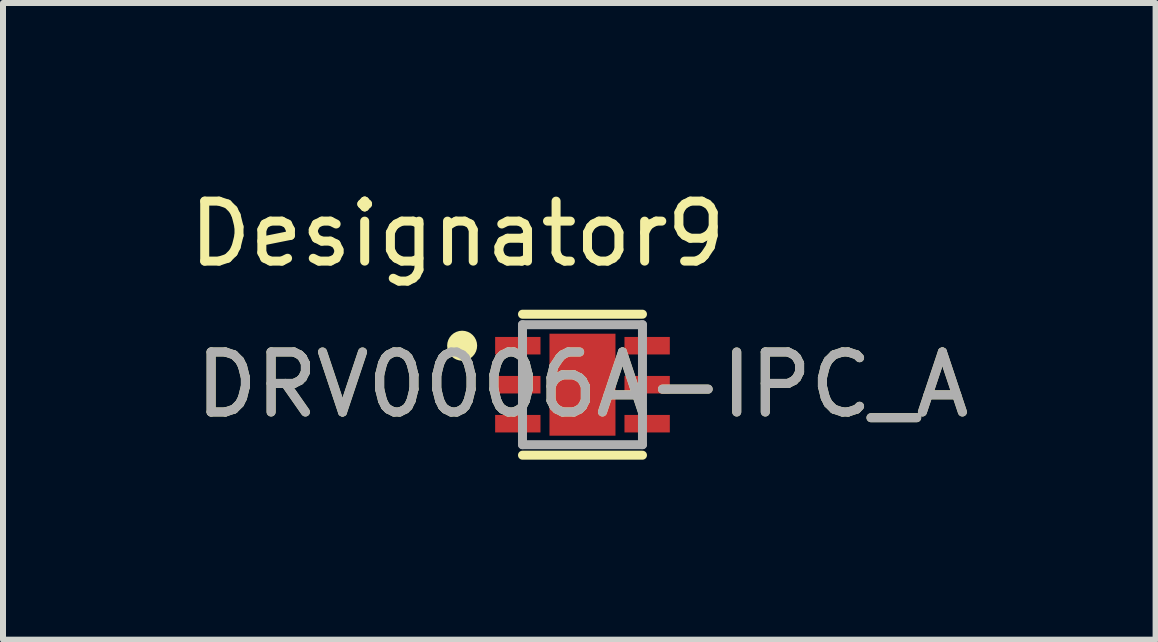
<source format=kicad_pcb>
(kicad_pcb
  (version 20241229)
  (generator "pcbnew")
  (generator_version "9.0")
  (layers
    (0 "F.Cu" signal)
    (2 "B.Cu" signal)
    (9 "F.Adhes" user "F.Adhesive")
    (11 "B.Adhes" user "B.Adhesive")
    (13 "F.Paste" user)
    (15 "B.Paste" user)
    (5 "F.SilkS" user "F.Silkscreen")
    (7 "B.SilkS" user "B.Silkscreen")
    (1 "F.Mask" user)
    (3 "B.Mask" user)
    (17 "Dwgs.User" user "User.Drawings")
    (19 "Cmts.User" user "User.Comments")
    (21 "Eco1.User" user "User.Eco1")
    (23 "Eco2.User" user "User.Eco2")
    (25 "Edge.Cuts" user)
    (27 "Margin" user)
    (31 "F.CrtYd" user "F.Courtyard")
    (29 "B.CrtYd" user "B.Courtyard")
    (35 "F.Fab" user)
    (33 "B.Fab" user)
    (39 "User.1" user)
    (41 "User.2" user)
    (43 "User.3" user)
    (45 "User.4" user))
  (footprint "DRV0006A-IPC_A"
    (layer "F.Cu")
    (at 6.66 3.363)
    (property "Reference" "DRV0006A-IPC_A" (at 0 0 0) (unlocked yes) (layer "F.SilkS") (effects (font (size 1 1) (thickness 0.15))))
    (attr smd)
    (fp_line (start -1 -1.175) (end 1 -1.175) (stroke (width 0.15) (type solid)) (layer "F.SilkS"))
    (fp_line (start -1 1.175) (end 1 1.175) (stroke (width 0.15) (type solid)) (layer "F.SilkS"))
    (fp_circle (center -2.006 -0.65) (end -1.881 -0.65) (stroke (width 0.25) (type solid)) (fill no) (layer "F.SilkS"))
    (fp_poly (pts (xy -0.308 0.608) (xy 0.308 0.608) (xy 0.308 -0.608) (xy -0.308 -0.608)) (stroke (width 0) (type solid)) (fill yes) (layer "F.Paste"))
    (fp_line (start -1 -1) (end 1 -1) (stroke (width 0.15) (type solid)) (layer "F.Fab"))
    (fp_line (start -1 1) (end -1 -1) (stroke (width 0.15) (type solid)) (layer "F.Fab"))
    (fp_line (start -1 1) (end 1 1) (stroke (width 0.15) (type solid)) (layer "F.Fab"))
    (fp_line (start 1 1) (end 1 -1) (stroke (width 0.15) (type solid)) (layer "F.Fab"))
    (fp_text user "Designator9" (at -2.083 -2.515 0) (unlocked yes) (layer "F.SilkS") (effects (font (size 1 1) (thickness 0.15))))
    (fp_text user "${REFERENCE}" (at 0 0 0) (unlocked yes) (layer "F.Fab") (effects (font (size 1 1) (thickness 0.15))))
    (pad "1" smd rect (at -1.078 -0.65) (size 0.756 0.292) (layers "F.Cu" "F.Mask" "F.Paste"))
    (pad "2" smd rect (at -1.078 0) (size 0.756 0.292) (layers "F.Cu" "F.Mask" "F.Paste"))
    (pad "3" smd rect (at -1.078 0.65) (size 0.756 0.292) (layers "F.Cu" "F.Mask" "F.Paste"))
    (pad "4" smd rect (at 1.078 0.65) (size 0.756 0.292) (layers "F.Cu" "F.Mask" "F.Paste"))
    (pad "5" smd rect (at 1.078 0) (size 0.756 0.292) (layers "F.Cu" "F.Mask" "F.Paste"))
    (pad "6" smd rect (at 1.078 -0.65) (size 0.756 0.292) (layers "F.Cu" "F.Mask" "F.Paste"))
    (pad "7" smd rect (at 0 0) (size 1.1 1.7) (layers "F.Cu" "F.Mask")))
  (gr_rect
    (start -3 -3)
    (end 16.214 7.613)
    (stroke (width 0.1) (type default))
    (fill no)
    (layer "Edge.Cuts")))
</source>
